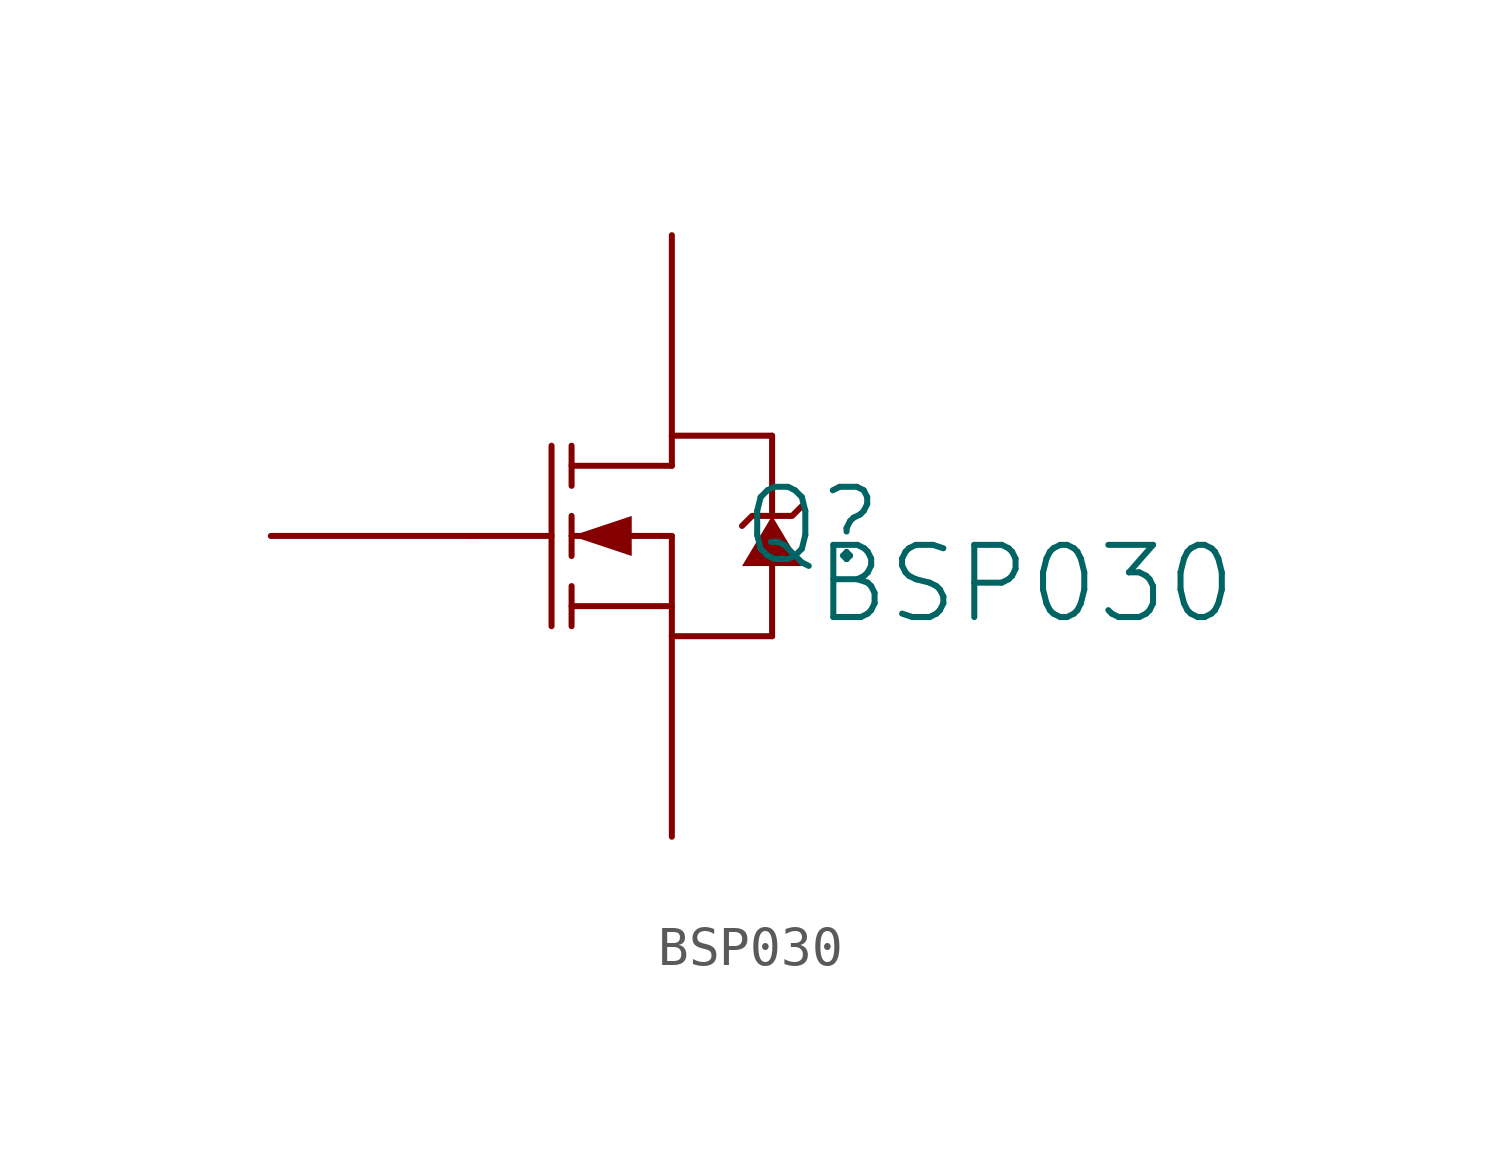
<source format=kicad_sym>
(kicad_symbol_lib
  (version 20241209)
  (generator "kicad_symbol_editor")
  (generator_version "9.0")
  (symbol "BSP030"
    (pin_numbers
      (hide yes))
    (pin_names
      (hide yes))
    (property "Reference" "Q"
      (at 8.636 -2.286 0)
      (effects (font (size 1.829 1.829))))
    (property "Value" "BSP030"
      (at 8.636 -4.826 0)
      (effects (font (size 1.829 1.829)) (justify left bottom)))
    (symbol "BSP030_1_0"
      (polyline (pts (xy 0 -2.54) (xy 2.032 -2.54)) (stroke (width 0) (type solid)) (fill (type none)))
      (polyline (pts (xy 2.032 -0.254) (xy 2.032 -4.826)) (stroke (width 0) (type solid)) (fill (type none)))
      (polyline (pts (xy 2.54 -0.254) (xy 2.54 -1.27)) (stroke (width 0) (type solid)) (fill (type none)))
      (polyline (pts (xy 2.54 -2.54) (xy 4.064 -3.048) (xy 4.064 -2.032) (xy 2.54 -2.54)) (stroke (width -0.0001) (type solid)) (fill (type outline)))
      (polyline (pts (xy 2.54 -3.048) (xy 2.54 -2.032)) (stroke (width 0) (type solid)) (fill (type none)))
      (polyline (pts (xy 2.54 -4.826) (xy 2.54 -3.81)) (stroke (width 0) (type solid)) (fill (type none)))
      (polyline (pts (xy 5.08 0) (xy 7.62 0)) (stroke (width 0) (type solid)) (fill (type none)))
      (polyline (pts (xy 5.08 -0.762) (xy 2.54 -0.762)) (stroke (width 0) (type solid)) (fill (type none)))
      (polyline (pts (xy 5.08 -0.762) (xy 5.08 0)) (stroke (width 0) (type solid)) (fill (type none)))
      (polyline (pts (xy 5.08 -2.54) (xy 2.54 -2.54)) (stroke (width 0) (type solid)) (fill (type none)))
      (polyline (pts (xy 5.08 -2.54) (xy 5.08 -5.08)) (stroke (width 0) (type solid)) (fill (type none)))
      (polyline (pts (xy 5.08 -4.318) (xy 2.54 -4.318)) (stroke (width 0) (type solid)) (fill (type none)))
      (polyline (pts (xy 5.08 -5.08) (xy 7.62 -5.08)) (stroke (width 0) (type solid)) (fill (type none)))
      (polyline (pts (xy 7.62 0) (xy 7.62 -2.032)) (stroke (width 0) (type solid)) (fill (type none)))
      (polyline (pts (xy 7.62 -2.032) (xy 6.858 -3.302) (xy 8.382 -3.302) (xy 7.62 -2.032)) (stroke (width -0.0001) (type solid)) (fill (type outline)))
      (polyline (pts (xy 7.62 -5.08) (xy 7.62 -3.302)) (stroke (width 0) (type solid)) (fill (type none)))
      (polyline (pts (xy 8.382 -1.778) (xy 8.128 -2.032) (xy 7.112 -2.032) (xy 6.858 -2.286)) (stroke (width 0) (type solid)) (fill (type none)))
      (pin passive line (at -5.08 -2.54 0) (length 5.08) (name "G" (effects (font (size 1.27 1.27)))) (number "1" (effects (font (size 1.27 1.27)))))
      (pin passive line (at 5.08 5.08 270) (length 5.08) (name "D" (effects (font (size 1.27 1.27)))) (number "2" (effects (font (size 1.27 1.27)))))
      (pin passive line (at 5.08 -10.16 90) (length 5.08) (name "S" (effects (font (size 1.27 1.27)))) (number "3" (effects (font (size 1.27 1.27))))))))
</source>
